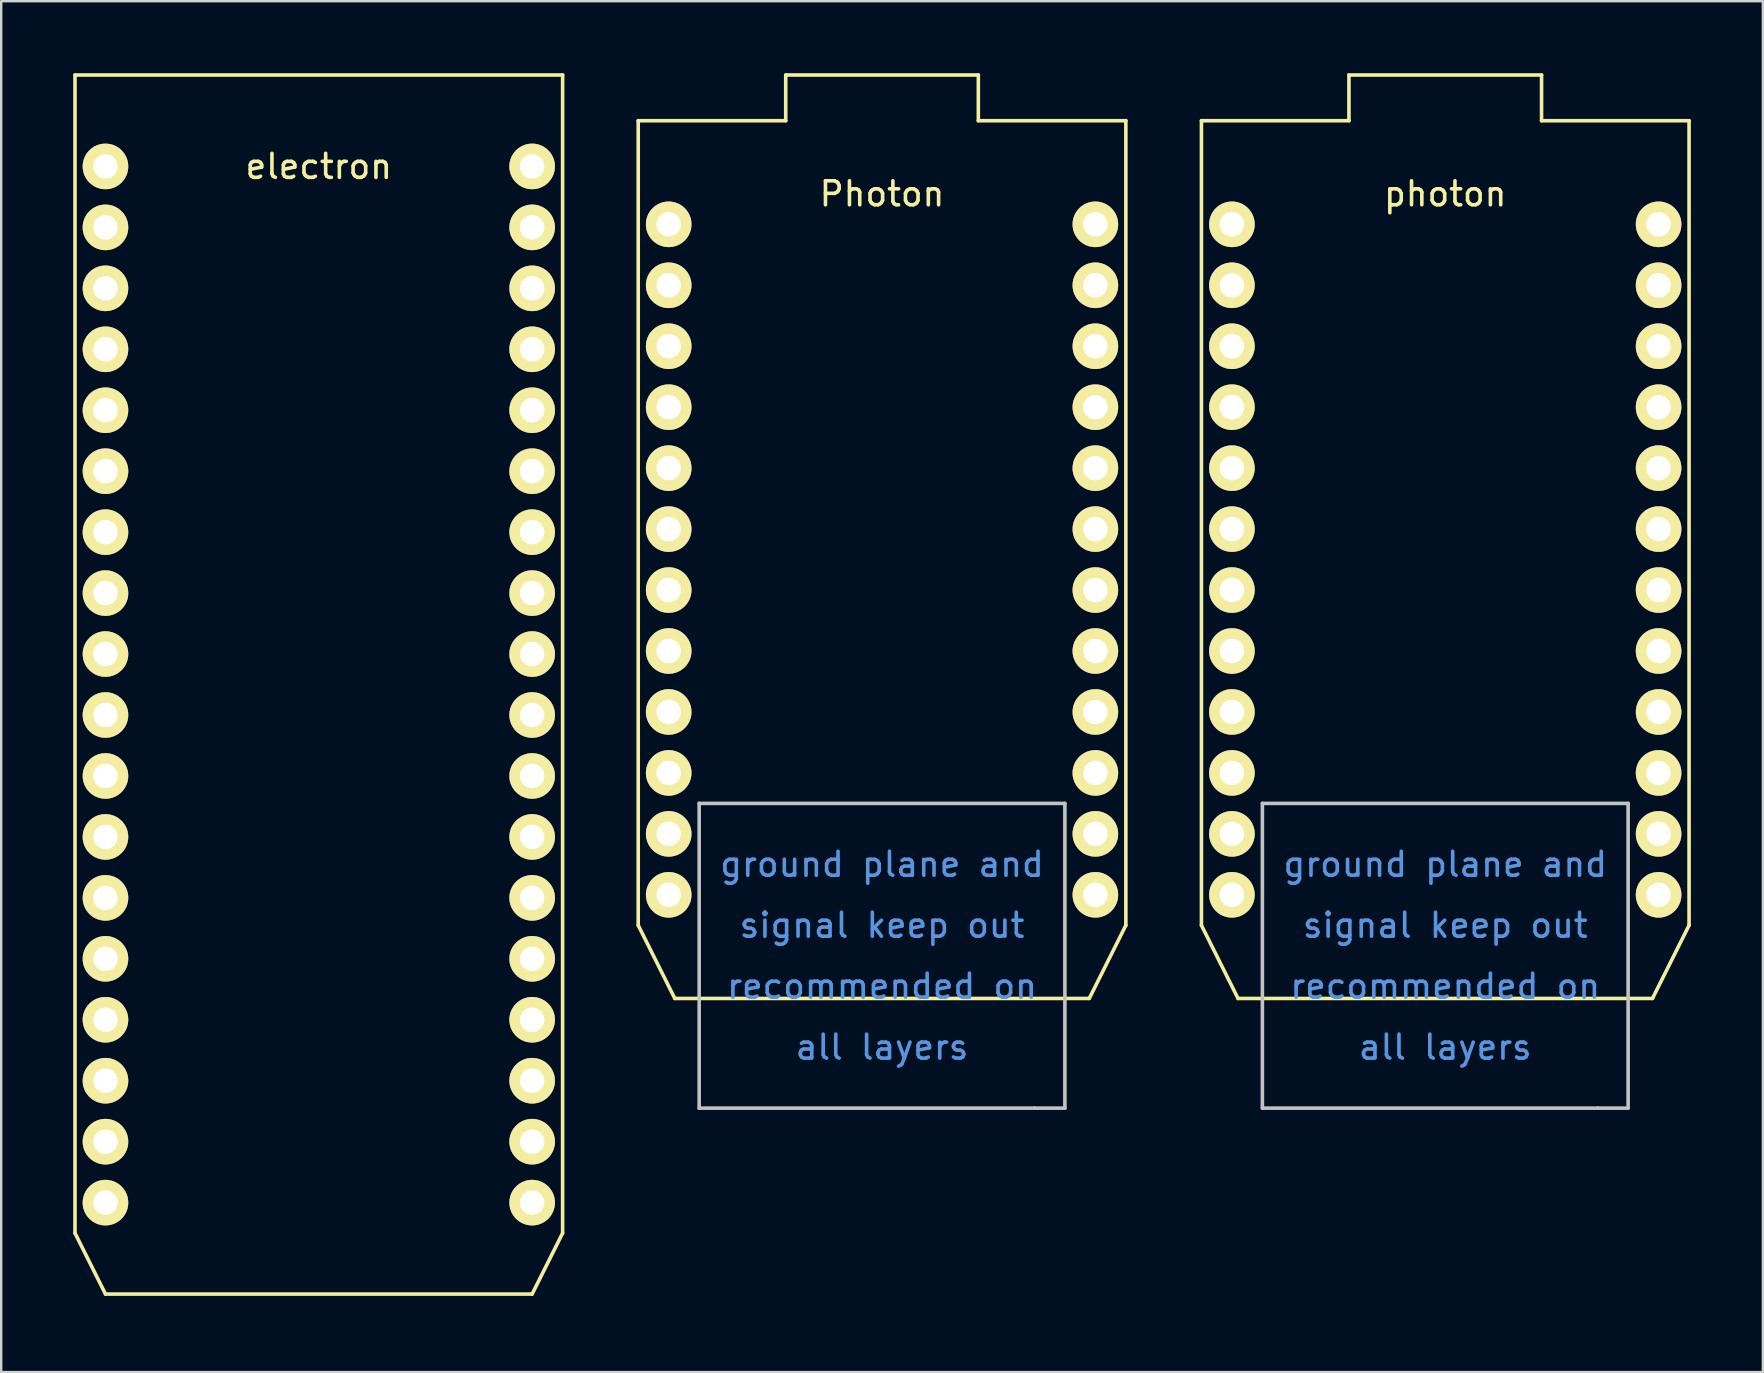
<source format=kicad_pcb>
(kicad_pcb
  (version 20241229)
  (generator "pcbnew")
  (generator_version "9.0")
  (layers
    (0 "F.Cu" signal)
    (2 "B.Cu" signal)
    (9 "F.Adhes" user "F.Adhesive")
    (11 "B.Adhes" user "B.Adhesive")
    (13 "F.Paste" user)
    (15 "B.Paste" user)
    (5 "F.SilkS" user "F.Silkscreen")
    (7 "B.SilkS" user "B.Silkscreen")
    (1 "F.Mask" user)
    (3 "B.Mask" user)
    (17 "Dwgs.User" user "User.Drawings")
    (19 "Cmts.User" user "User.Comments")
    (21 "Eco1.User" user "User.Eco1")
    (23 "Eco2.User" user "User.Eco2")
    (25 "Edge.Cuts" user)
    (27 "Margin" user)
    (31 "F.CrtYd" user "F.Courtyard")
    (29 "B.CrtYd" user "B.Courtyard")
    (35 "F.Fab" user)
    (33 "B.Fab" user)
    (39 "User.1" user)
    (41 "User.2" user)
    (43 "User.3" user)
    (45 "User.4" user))
  (footprint "Photon"
    (layer "F.Cu")
    (at 33.705 21.538)
    (property "Reference" "Photon" (at 0 -16.51 0) (layer "F.SilkS") (effects (font (size 1 1) (thickness 0.15))))
    (attr through_hole)
    (fp_line (start -10.16 -19.558) (end -10.16 13.97) (stroke (width 0.15) (type solid)) (layer "F.SilkS"))
    (fp_line (start -10.16 13.97) (end -8.636 17.018) (stroke (width 0.15) (type solid)) (layer "F.SilkS"))
    (fp_line (start -8.636 17.018) (end 8.636 17.018) (stroke (width 0.15) (type solid)) (layer "F.SilkS"))
    (fp_line (start -4.013 -21.463) (end -4.013 -19.558) (stroke (width 0.15) (type solid)) (layer "F.SilkS"))
    (fp_line (start -4.013 -21.463) (end 4.013 -21.463) (stroke (width 0.15) (type solid)) (layer "F.SilkS"))
    (fp_line (start -4.013 -19.558) (end -10.16 -19.558) (stroke (width 0.15) (type solid)) (layer "F.SilkS"))
    (fp_line (start 4.013 -21.463) (end 4.013 -19.558) (stroke (width 0.15) (type solid)) (layer "F.SilkS"))
    (fp_line (start 4.013 -19.558) (end 10.16 -19.558) (stroke (width 0.15) (type solid)) (layer "F.SilkS"))
    (fp_line (start 10.16 -19.558) (end 10.16 13.97) (stroke (width 0.15) (type solid)) (layer "F.SilkS"))
    (fp_line (start 10.16 13.97) (end 8.636 17.018) (stroke (width 0.15) (type solid)) (layer "F.SilkS"))
    (fp_line (start -7.62 21.59) (end -7.62 8.89) (stroke (width 0.15) (type solid)) (layer "Dwgs.User"))
    (fp_line (start 6.35 21.59) (end -7.62 21.59) (stroke (width 0.15) (type solid)) (layer "Dwgs.User"))
    (fp_line (start 6.35 21.59) (end 7.62 21.59) (stroke (width 0.15) (type solid)) (layer "Dwgs.User"))
    (fp_line (start 7.62 8.89) (end -7.62 8.89) (stroke (width 0.15) (type solid)) (layer "Dwgs.User"))
    (fp_line (start 7.62 21.59) (end 7.62 8.89) (stroke (width 0.15) (type solid)) (layer "Dwgs.User"))
    (fp_text user "signal keep out" (at 0 13.97 0) (layer "Cmts.User") (effects (font (size 1 1) (thickness 0.15))))
    (fp_text user "recommended on" (at 0 16.51 0) (layer "Cmts.User") (effects (font (size 1 1) (thickness 0.15))))
    (fp_text user "all layers" (at 0 19.05 0) (layer "Cmts.User") (effects (font (size 1 1) (thickness 0.15))))
    (fp_text user "ground plane and" (at 0 11.43 0) (layer "Cmts.User") (effects (font (size 1 1) (thickness 0.15))))
    (pad "1" thru_hole circle (at -8.89 -15.24) (size 1.9 1.9) (drill 1.02) (layers "*.Cu" "*.Mask" "F.SilkS"))
    (pad "2" thru_hole circle (at -8.89 -12.7) (size 1.9 1.9) (drill 1.02) (layers "*.Cu" "*.Mask" "F.SilkS"))
    (pad "3" thru_hole circle (at -8.89 -10.16) (size 1.9 1.9) (drill 1.02) (layers "*.Cu" "*.Mask" "F.SilkS"))
    (pad "4" thru_hole circle (at -8.89 -7.62) (size 1.9 1.9) (drill 1.02) (layers "*.Cu" "*.Mask" "F.SilkS"))
    (pad "5" thru_hole circle (at -8.89 -5.08) (size 1.9 1.9) (drill 1.02) (layers "*.Cu" "*.Mask" "F.SilkS"))
    (pad "6" thru_hole circle (at -8.89 -2.54) (size 1.9 1.9) (drill 1.02) (layers "*.Cu" "*.Mask" "F.SilkS"))
    (pad "7" thru_hole circle (at -8.89 0) (size 1.9 1.9) (drill 1.02) (layers "*.Cu" "*.Mask" "F.SilkS"))
    (pad "8" thru_hole circle (at -8.89 2.54) (size 1.9 1.9) (drill 1.02) (layers "*.Cu" "*.Mask" "F.SilkS"))
    (pad "9" thru_hole circle (at -8.89 5.08) (size 1.9 1.9) (drill 1.02) (layers "*.Cu" "*.Mask" "F.SilkS"))
    (pad "10" thru_hole circle (at -8.89 7.62) (size 1.9 1.9) (drill 1.02) (layers "*.Cu" "*.Mask" "F.SilkS"))
    (pad "11" thru_hole circle (at -8.89 10.16) (size 1.9 1.9) (drill 1.02) (layers "*.Cu" "*.Mask" "F.SilkS"))
    (pad "12" thru_hole circle (at -8.89 12.7) (size 1.9 1.9) (drill 1.02) (layers "*.Cu" "*.Mask" "F.SilkS"))
    (pad "13" thru_hole circle (at 8.89 12.7) (size 1.9 1.9) (drill 1.02) (layers "*.Cu" "*.Mask" "F.SilkS"))
    (pad "14" thru_hole circle (at 8.89 10.16) (size 1.9 1.9) (drill 1.02) (layers "*.Cu" "*.Mask" "F.SilkS"))
    (pad "15" thru_hole circle (at 8.89 7.62) (size 1.9 1.9) (drill 1.02) (layers "*.Cu" "*.Mask" "F.SilkS"))
    (pad "16" thru_hole circle (at 8.89 5.08) (size 1.9 1.9) (drill 1.02) (layers "*.Cu" "*.Mask" "F.SilkS"))
    (pad "17" thru_hole circle (at 8.89 2.54) (size 1.9 1.9) (drill 1.02) (layers "*.Cu" "*.Mask" "F.SilkS"))
    (pad "18" thru_hole circle (at 8.89 0) (size 1.9 1.9) (drill 1.02) (layers "*.Cu" "*.Mask" "F.SilkS"))
    (pad "19" thru_hole circle (at 8.89 -2.54) (size 1.9 1.9) (drill 1.02) (layers "*.Cu" "*.Mask" "F.SilkS"))
    (pad "20" thru_hole circle (at 8.89 -5.08) (size 1.9 1.9) (drill 1.02) (layers "*.Cu" "*.Mask" "F.SilkS"))
    (pad "21" thru_hole circle (at 8.89 -7.62) (size 1.9 1.9) (drill 1.02) (layers "*.Cu" "*.Mask" "F.SilkS"))
    (pad "22" thru_hole circle (at 8.89 -10.16) (size 1.9 1.9) (drill 1.02) (layers "*.Cu" "*.Mask" "F.SilkS"))
    (pad "23" thru_hole circle (at 8.89 -12.7) (size 1.9 1.9) (drill 1.02) (layers "*.Cu" "*.Mask" "F.SilkS"))
    (pad "24" thru_hole circle (at 8.89 -15.24) (size 1.9 1.9) (drill 1.02) (layers "*.Cu" "*.Mask" "F.SilkS")))
  (footprint "photon"
    (layer "F.Cu")
    (at 57.175 21.538)
    (property "Reference" "photon" (at 0 -16.51 0) (layer "F.SilkS") (effects (font (size 1 1) (thickness 0.15))))
    (attr through_hole)
    (fp_line (start -10.16 -19.558) (end -10.16 13.97) (stroke (width 0.15) (type solid)) (layer "F.SilkS"))
    (fp_line (start -10.16 13.97) (end -8.636 17.018) (stroke (width 0.15) (type solid)) (layer "F.SilkS"))
    (fp_line (start -8.636 17.018) (end 8.636 17.018) (stroke (width 0.15) (type solid)) (layer "F.SilkS"))
    (fp_line (start -4.013 -21.463) (end -4.013 -19.558) (stroke (width 0.15) (type solid)) (layer "F.SilkS"))
    (fp_line (start -4.013 -21.463) (end 4.013 -21.463) (stroke (width 0.15) (type solid)) (layer "F.SilkS"))
    (fp_line (start -4.013 -19.558) (end -10.16 -19.558) (stroke (width 0.15) (type solid)) (layer "F.SilkS"))
    (fp_line (start 4.013 -21.463) (end 4.013 -19.558) (stroke (width 0.15) (type solid)) (layer "F.SilkS"))
    (fp_line (start 4.013 -19.558) (end 10.16 -19.558) (stroke (width 0.15) (type solid)) (layer "F.SilkS"))
    (fp_line (start 10.16 -19.558) (end 10.16 13.97) (stroke (width 0.15) (type solid)) (layer "F.SilkS"))
    (fp_line (start 10.16 13.97) (end 8.636 17.018) (stroke (width 0.15) (type solid)) (layer "F.SilkS"))
    (fp_line (start -7.62 21.59) (end -7.62 8.89) (stroke (width 0.15) (type solid)) (layer "Dwgs.User"))
    (fp_line (start 6.35 21.59) (end -7.62 21.59) (stroke (width 0.15) (type solid)) (layer "Dwgs.User"))
    (fp_line (start 6.35 21.59) (end 7.62 21.59) (stroke (width 0.15) (type solid)) (layer "Dwgs.User"))
    (fp_line (start 7.62 8.89) (end -7.62 8.89) (stroke (width 0.15) (type solid)) (layer "Dwgs.User"))
    (fp_line (start 7.62 21.59) (end 7.62 8.89) (stroke (width 0.15) (type solid)) (layer "Dwgs.User"))
    (fp_text user "all layers" (at 0 19.05 0) (layer "Cmts.User") (effects (font (size 1 1) (thickness 0.15))))
    (fp_text user "signal keep out" (at 0 13.97 0) (layer "Cmts.User") (effects (font (size 1 1) (thickness 0.15))))
    (fp_text user "recommended on" (at 0 16.51 0) (layer "Cmts.User") (effects (font (size 1 1) (thickness 0.15))))
    (fp_text user "ground plane and" (at 0 11.43 0) (layer "Cmts.User") (effects (font (size 1 1) (thickness 0.15))))
    (pad "1" thru_hole circle (at -8.89 -15.24) (size 1.9 1.9) (drill 1.02) (layers "*.Cu" "*.Mask" "F.SilkS"))
    (pad "2" thru_hole circle (at -8.89 -12.7) (size 1.9 1.9) (drill 1.02) (layers "*.Cu" "*.Mask" "F.SilkS"))
    (pad "3" thru_hole circle (at -8.89 -10.16) (size 1.9 1.9) (drill 1.02) (layers "*.Cu" "*.Mask" "F.SilkS"))
    (pad "4" thru_hole circle (at -8.89 -7.62) (size 1.9 1.9) (drill 1.02) (layers "*.Cu" "*.Mask" "F.SilkS"))
    (pad "5" thru_hole circle (at -8.89 -5.08) (size 1.9 1.9) (drill 1.02) (layers "*.Cu" "*.Mask" "F.SilkS"))
    (pad "6" thru_hole circle (at -8.89 -2.54) (size 1.9 1.9) (drill 1.02) (layers "*.Cu" "*.Mask" "F.SilkS"))
    (pad "7" thru_hole circle (at -8.89 0) (size 1.9 1.9) (drill 1.02) (layers "*.Cu" "*.Mask" "F.SilkS"))
    (pad "8" thru_hole circle (at -8.89 2.54) (size 1.9 1.9) (drill 1.02) (layers "*.Cu" "*.Mask" "F.SilkS"))
    (pad "9" thru_hole circle (at -8.89 5.08) (size 1.9 1.9) (drill 1.02) (layers "*.Cu" "*.Mask" "F.SilkS"))
    (pad "10" thru_hole circle (at -8.89 7.62) (size 1.9 1.9) (drill 1.02) (layers "*.Cu" "*.Mask" "F.SilkS"))
    (pad "11" thru_hole circle (at -8.89 10.16) (size 1.9 1.9) (drill 1.02) (layers "*.Cu" "*.Mask" "F.SilkS"))
    (pad "12" thru_hole circle (at -8.89 12.7) (size 1.9 1.9) (drill 1.02) (layers "*.Cu" "*.Mask" "F.SilkS"))
    (pad "13" thru_hole circle (at 8.89 12.7) (size 1.9 1.9) (drill 1.02) (layers "*.Cu" "*.Mask" "F.SilkS"))
    (pad "14" thru_hole circle (at 8.89 10.16) (size 1.9 1.9) (drill 1.02) (layers "*.Cu" "*.Mask" "F.SilkS"))
    (pad "15" thru_hole circle (at 8.89 7.62) (size 1.9 1.9) (drill 1.02) (layers "*.Cu" "*.Mask" "F.SilkS"))
    (pad "16" thru_hole circle (at 8.89 5.08) (size 1.9 1.9) (drill 1.02) (layers "*.Cu" "*.Mask" "F.SilkS"))
    (pad "17" thru_hole circle (at 8.89 2.54) (size 1.9 1.9) (drill 1.02) (layers "*.Cu" "*.Mask" "F.SilkS"))
    (pad "18" thru_hole circle (at 8.89 0) (size 1.9 1.9) (drill 1.02) (layers "*.Cu" "*.Mask" "F.SilkS"))
    (pad "19" thru_hole circle (at 8.89 -2.54) (size 1.9 1.9) (drill 1.02) (layers "*.Cu" "*.Mask" "F.SilkS"))
    (pad "20" thru_hole circle (at 8.89 -5.08) (size 1.9 1.9) (drill 1.02) (layers "*.Cu" "*.Mask" "F.SilkS"))
    (pad "21" thru_hole circle (at 8.89 -7.62) (size 1.9 1.9) (drill 1.02) (layers "*.Cu" "*.Mask" "F.SilkS"))
    (pad "22" thru_hole circle (at 8.89 -10.16) (size 1.9 1.9) (drill 1.02) (layers "*.Cu" "*.Mask" "F.SilkS"))
    (pad "23" thru_hole circle (at 8.89 -12.7) (size 1.9 1.9) (drill 1.02) (layers "*.Cu" "*.Mask" "F.SilkS"))
    (pad "24" thru_hole circle (at 8.89 -15.24) (size 1.9 1.9) (drill 1.02) (layers "*.Cu" "*.Mask" "F.SilkS")))
  (footprint "electron"
    (layer "F.Cu")
    (at 10.235 50.875)
    (property "Reference" "electron" (at 0 -46.99 0) (layer "F.SilkS") (effects (font (size 1 1) (thickness 0.15))))
    (attr through_hole)
    (fp_line (start -10.16 -50.8) (end -10.16 -2.54) (stroke (width 0.15) (type solid)) (layer "F.SilkS"))
    (fp_line (start -10.16 -50.8) (end 10.16 -50.8) (stroke (width 0.15) (type solid)) (layer "F.SilkS"))
    (fp_line (start -10.16 -2.54) (end -8.89 0) (stroke (width 0.15) (type solid)) (layer "F.SilkS"))
    (fp_line (start -8.89 0) (end 8.89 0) (stroke (width 0.15) (type solid)) (layer "F.SilkS"))
    (fp_line (start 10.16 -50.8) (end 10.16 -2.54) (stroke (width 0.15) (type solid)) (layer "F.SilkS"))
    (fp_line (start 10.16 -2.54) (end 8.89 0) (stroke (width 0.15) (type solid)) (layer "F.SilkS"))
    (pad "1" thru_hole circle (at -8.89 -46.99) (size 1.9 1.9) (drill 1.02) (layers "*.Cu" "*.Mask" "F.SilkS"))
    (pad "2" thru_hole circle (at -8.89 -44.45) (size 1.9 1.9) (drill 1.02) (layers "*.Cu" "*.Mask" "F.SilkS"))
    (pad "3" thru_hole circle (at -8.89 -41.91) (size 1.9 1.9) (drill 1.02) (layers "*.Cu" "*.Mask" "F.SilkS"))
    (pad "4" thru_hole circle (at -8.89 -39.37) (size 1.9 1.9) (drill 1.02) (layers "*.Cu" "*.Mask" "F.SilkS"))
    (pad "5" thru_hole circle (at -8.89 -36.83) (size 1.9 1.9) (drill 1.02) (layers "*.Cu" "*.Mask" "F.SilkS"))
    (pad "6" thru_hole circle (at -8.89 -34.29) (size 1.9 1.9) (drill 1.02) (layers "*.Cu" "*.Mask" "F.SilkS"))
    (pad "7" thru_hole circle (at -8.89 -31.75) (size 1.9 1.9) (drill 1.02) (layers "*.Cu" "*.Mask" "F.SilkS"))
    (pad "8" thru_hole circle (at -8.89 -29.21) (size 1.9 1.9) (drill 1.02) (layers "*.Cu" "*.Mask" "F.SilkS"))
    (pad "9" thru_hole circle (at -8.89 -26.67) (size 1.9 1.9) (drill 1.02) (layers "*.Cu" "*.Mask" "F.SilkS"))
    (pad "10" thru_hole circle (at -8.89 -24.13) (size 1.9 1.9) (drill 1.02) (layers "*.Cu" "*.Mask" "F.SilkS"))
    (pad "11" thru_hole circle (at -8.89 -21.59) (size 1.9 1.9) (drill 1.02) (layers "*.Cu" "*.Mask" "F.SilkS"))
    (pad "12" thru_hole circle (at -8.89 -19.05) (size 1.9 1.9) (drill 1.02) (layers "*.Cu" "*.Mask" "F.SilkS"))
    (pad "13" thru_hole circle (at -8.89 -16.51) (size 1.9 1.9) (drill 1.02) (layers "*.Cu" "*.Mask" "F.SilkS"))
    (pad "14" thru_hole circle (at -8.89 -13.97) (size 1.9 1.9) (drill 1.02) (layers "*.Cu" "*.Mask" "F.SilkS"))
    (pad "15" thru_hole circle (at -8.89 -11.43) (size 1.9 1.9) (drill 1.02) (layers "*.Cu" "*.Mask" "F.SilkS"))
    (pad "16" thru_hole circle (at -8.89 -8.89) (size 1.9 1.9) (drill 1.02) (layers "*.Cu" "*.Mask" "F.SilkS"))
    (pad "17" thru_hole circle (at -8.89 -6.35) (size 1.9 1.9) (drill 1.02) (layers "*.Cu" "*.Mask" "F.SilkS"))
    (pad "18" thru_hole circle (at -8.89 -3.81) (size 1.9 1.9) (drill 1.02) (layers "*.Cu" "*.Mask" "F.SilkS"))
    (pad "19" thru_hole circle (at 8.89 -3.81) (size 1.9 1.9) (drill 1.02) (layers "*.Cu" "*.Mask" "F.SilkS"))
    (pad "20" thru_hole circle (at 8.89 -6.35) (size 1.9 1.9) (drill 1.02) (layers "*.Cu" "*.Mask" "F.SilkS"))
    (pad "21" thru_hole circle (at 8.89 -8.89) (size 1.9 1.9) (drill 1.02) (layers "*.Cu" "*.Mask" "F.SilkS"))
    (pad "22" thru_hole circle (at 8.89 -11.43) (size 1.9 1.9) (drill 1.02) (layers "*.Cu" "*.Mask" "F.SilkS"))
    (pad "23" thru_hole circle (at 8.89 -13.97) (size 1.9 1.9) (drill 1.02) (layers "*.Cu" "*.Mask" "F.SilkS"))
    (pad "24" thru_hole circle (at 8.89 -16.51) (size 1.9 1.9) (drill 1.02) (layers "*.Cu" "*.Mask" "F.SilkS"))
    (pad "25" thru_hole circle (at 8.89 -19.05) (size 1.9 1.9) (drill 1.02) (layers "*.Cu" "*.Mask" "F.SilkS"))
    (pad "26" thru_hole circle (at 8.89 -21.59) (size 1.9 1.9) (drill 1.02) (layers "*.Cu" "*.Mask" "F.SilkS"))
    (pad "27" thru_hole circle (at 8.89 -24.13) (size 1.9 1.9) (drill 1.02) (layers "*.Cu" "*.Mask" "F.SilkS"))
    (pad "28" thru_hole circle (at 8.89 -26.67) (size 1.9 1.9) (drill 1.02) (layers "*.Cu" "*.Mask" "F.SilkS"))
    (pad "29" thru_hole circle (at 8.89 -29.21) (size 1.9 1.9) (drill 1.02) (layers "*.Cu" "*.Mask" "F.SilkS"))
    (pad "30" thru_hole circle (at 8.89 -31.75) (size 1.9 1.9) (drill 1.02) (layers "*.Cu" "*.Mask" "F.SilkS"))
    (pad "31" thru_hole circle (at 8.89 -34.29) (size 1.9 1.9) (drill 1.02) (layers "*.Cu" "*.Mask" "F.SilkS"))
    (pad "32" thru_hole circle (at 8.89 -36.83) (size 1.9 1.9) (drill 1.02) (layers "*.Cu" "*.Mask" "F.SilkS"))
    (pad "33" thru_hole circle (at 8.89 -39.37) (size 1.9 1.9) (drill 1.02) (layers "*.Cu" "*.Mask" "F.SilkS"))
    (pad "34" thru_hole circle (at 8.89 -41.91) (size 1.9 1.9) (drill 1.02) (layers "*.Cu" "*.Mask" "F.SilkS"))
    (pad "35" thru_hole circle (at 8.89 -44.45) (size 1.9 1.9) (drill 1.02) (layers "*.Cu" "*.Mask" "F.SilkS"))
    (pad "36" thru_hole circle (at 8.89 -46.99) (size 1.9 1.9) (drill 1.02) (layers "*.Cu" "*.Mask" "F.SilkS")))
  (gr_rect
    (start -3 -3)
    (end 70.41 54.125)
    (stroke (width 0.1) (type default))
    (fill no)
    (layer "Edge.Cuts")))
</source>
